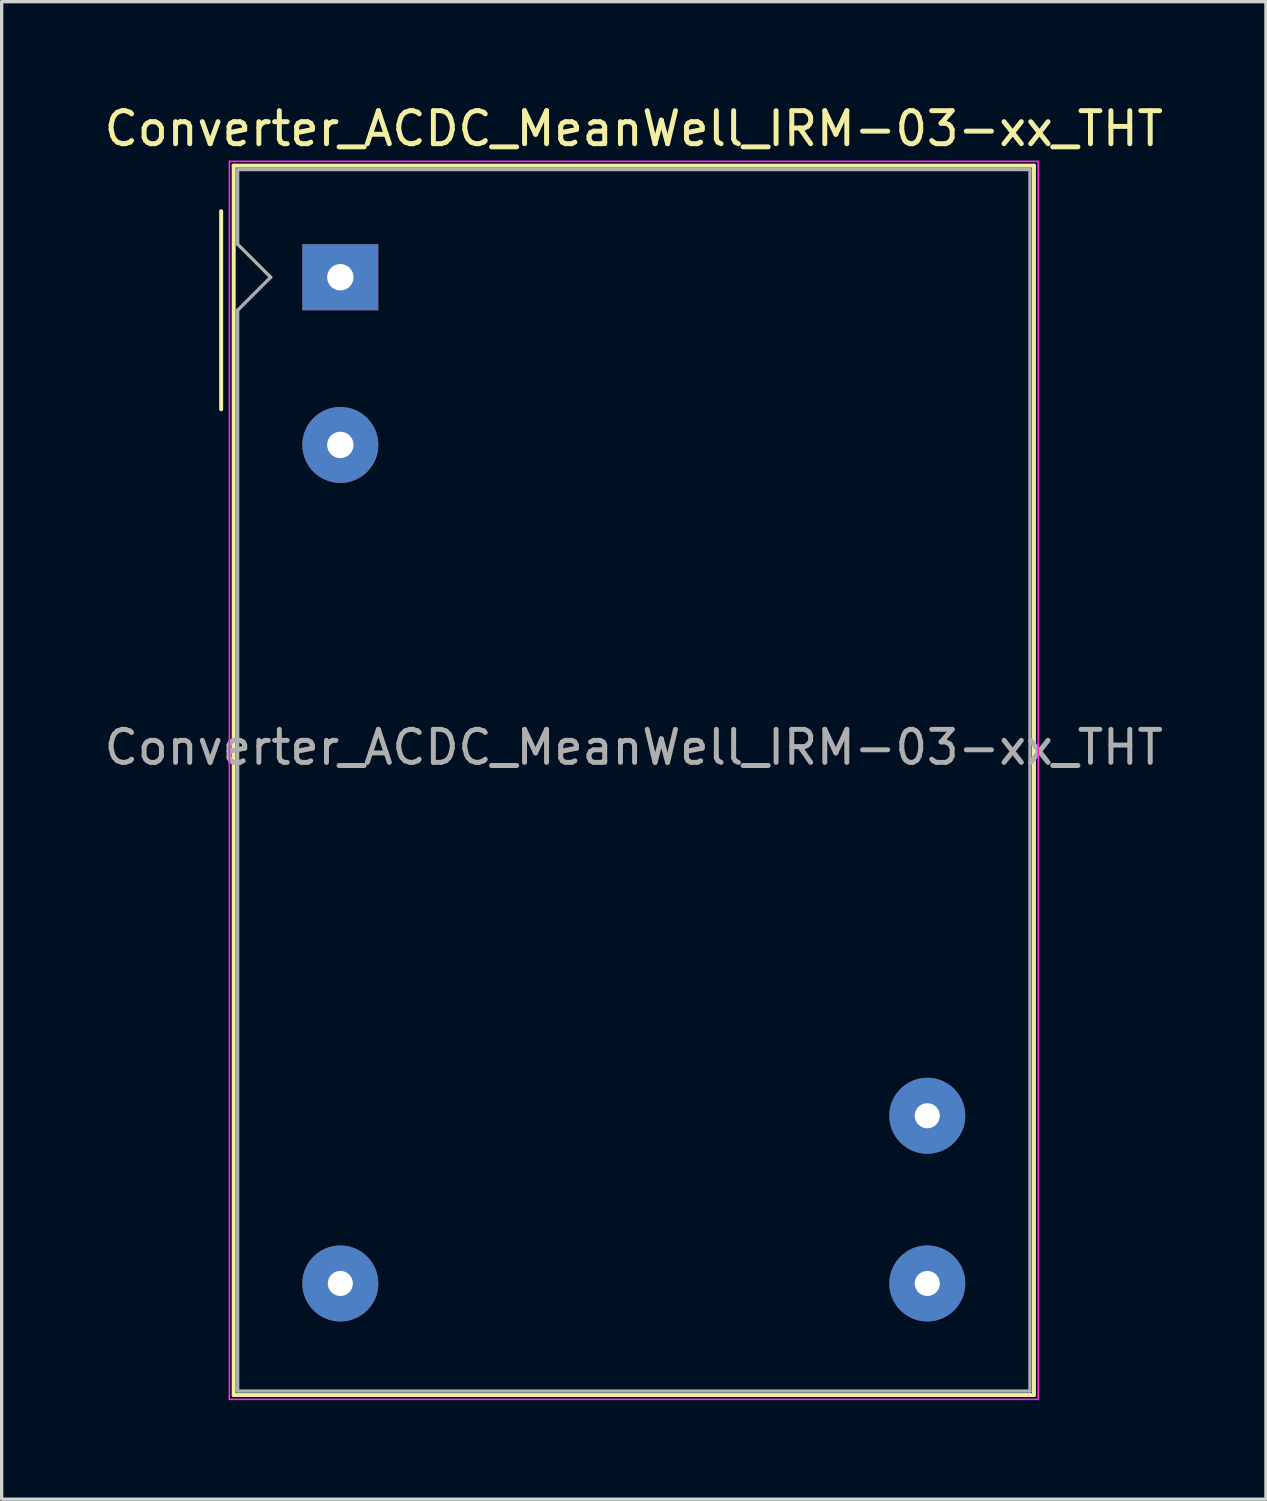
<source format=kicad_pcb>
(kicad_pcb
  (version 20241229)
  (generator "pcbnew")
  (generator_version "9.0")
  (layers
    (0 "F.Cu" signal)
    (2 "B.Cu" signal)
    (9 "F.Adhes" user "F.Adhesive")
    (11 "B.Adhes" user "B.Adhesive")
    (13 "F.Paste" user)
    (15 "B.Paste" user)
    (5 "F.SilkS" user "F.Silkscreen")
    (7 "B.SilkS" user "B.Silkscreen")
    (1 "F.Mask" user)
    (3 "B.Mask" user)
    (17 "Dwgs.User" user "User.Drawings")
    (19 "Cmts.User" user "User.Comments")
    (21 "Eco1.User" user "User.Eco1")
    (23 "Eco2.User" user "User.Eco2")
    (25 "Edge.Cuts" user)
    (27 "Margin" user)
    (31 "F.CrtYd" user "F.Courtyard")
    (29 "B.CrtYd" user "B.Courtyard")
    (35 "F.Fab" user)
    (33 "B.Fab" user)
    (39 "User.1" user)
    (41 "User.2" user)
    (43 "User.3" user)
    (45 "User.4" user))
  (footprint "Converter_ACDC_MeanWell_IRM-03-xx_THT"
    (layer "F.Cu")
    (at 7.259 5.348)
    (property "Reference" "Converter_ACDC_MeanWell_IRM-03-xx_THT" (at 8.89 -4.5 0) (layer "F.SilkS") (effects (font (size 1 1) (thickness 0.15))))
    (attr through_hole)
    (fp_line (start -3.61 -2) (end -3.61 4) (stroke (width 0.12) (type solid)) (layer "F.SilkS"))
    (fp_line (start -3.23 -3.38) (end -3.23 33.86) (stroke (width 0.12) (type solid)) (layer "F.SilkS"))
    (fp_line (start -3.23 33.86) (end 21.01 33.86) (stroke (width 0.12) (type solid)) (layer "F.SilkS"))
    (fp_line (start 21.01 -3.38) (end -3.23 -3.38) (stroke (width 0.12) (type solid)) (layer "F.SilkS"))
    (fp_line (start 21.01 -3.38) (end 21.01 33.86) (stroke (width 0.12) (type solid)) (layer "F.SilkS"))
    (fp_line (start -3.36 -3.51) (end -3.36 33.99) (stroke (width 0.05) (type solid)) (layer "F.CrtYd"))
    (fp_line (start 21.14 -3.51) (end -3.36 -3.51) (stroke (width 0.05) (type solid)) (layer "F.CrtYd"))
    (fp_line (start 21.14 -3.51) (end 21.14 33.99) (stroke (width 0.05) (type solid)) (layer "F.CrtYd"))
    (fp_line (start 21.14 33.99) (end -3.36 33.99) (stroke (width 0.05) (type solid)) (layer "F.CrtYd"))
    (fp_line (start -3.11 -1) (end -3.11 -3.26) (stroke (width 0.1) (type solid)) (layer "F.Fab"))
    (fp_line (start -3.11 1) (end -3.11 33.74) (stroke (width 0.1) (type solid)) (layer "F.Fab"))
    (fp_line (start -3.11 1) (end -2.11 0) (stroke (width 0.1) (type solid)) (layer "F.Fab"))
    (fp_line (start -2.11 0) (end -3.11 -1) (stroke (width 0.1) (type solid)) (layer "F.Fab"))
    (fp_line (start 20.89 -3.26) (end -3.11 -3.26) (stroke (width 0.1) (type solid)) (layer "F.Fab"))
    (fp_line (start 20.89 -3.26) (end 20.89 33.74) (stroke (width 0.1) (type solid)) (layer "F.Fab"))
    (fp_line (start 20.89 33.74) (end -3.11 33.74) (stroke (width 0.1) (type solid)) (layer "F.Fab"))
    (fp_text user "${REFERENCE}" (at 8.89 14.24 0) (layer "F.Fab") (effects (font (size 1 1) (thickness 0.15))))
    (pad "1" thru_hole rect (at 0 0) (size 2.3 2) (drill 0.8) (layers "*.Cu" "*.Mask"))
    (pad "3" thru_hole circle (at 0 5.08) (size 2.3 2.3) (drill 0.8) (layers "*.Cu" "*.Mask"))
    (pad "5" thru_hole circle (at 0 30.48) (size 2.3 2.3) (drill 0.76) (layers "*.Cu" "*.Mask"))
    (pad "14" thru_hole circle (at 17.78 30.48) (size 2.3 2.3) (drill 0.76) (layers "*.Cu" "*.Mask"))
    (pad "16" thru_hole circle (at 17.78 25.4) (size 2.3 2.3) (drill 0.76) (layers "*.Cu" "*.Mask")))
  (gr_rect
    (start -3 -3)
    (end 35.298 42.363)
    (stroke (width 0.1) (type default))
    (fill no)
    (layer "Edge.Cuts")))
</source>
